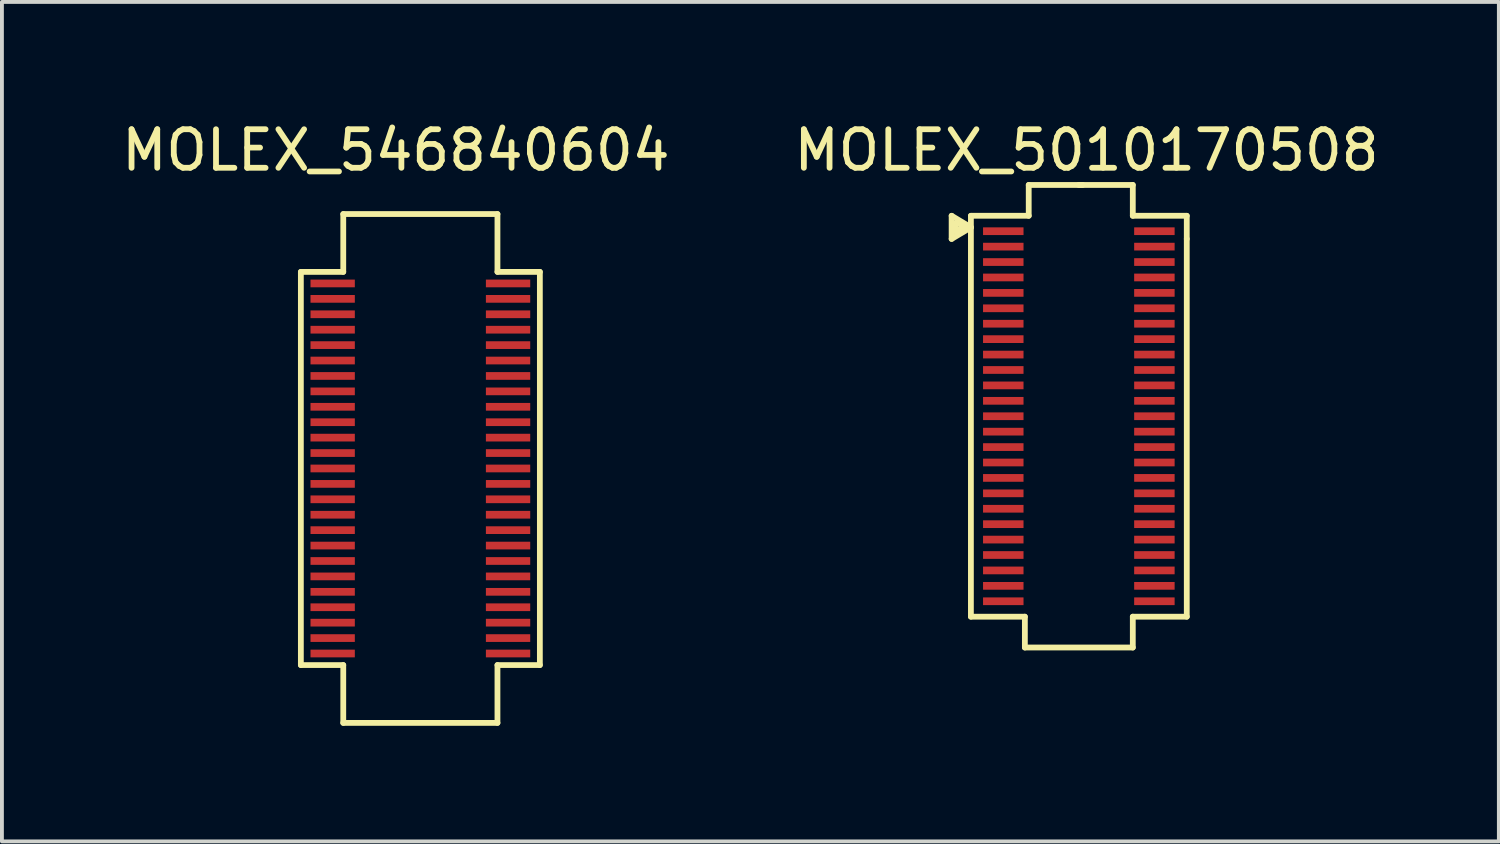
<source format=kicad_pcb>
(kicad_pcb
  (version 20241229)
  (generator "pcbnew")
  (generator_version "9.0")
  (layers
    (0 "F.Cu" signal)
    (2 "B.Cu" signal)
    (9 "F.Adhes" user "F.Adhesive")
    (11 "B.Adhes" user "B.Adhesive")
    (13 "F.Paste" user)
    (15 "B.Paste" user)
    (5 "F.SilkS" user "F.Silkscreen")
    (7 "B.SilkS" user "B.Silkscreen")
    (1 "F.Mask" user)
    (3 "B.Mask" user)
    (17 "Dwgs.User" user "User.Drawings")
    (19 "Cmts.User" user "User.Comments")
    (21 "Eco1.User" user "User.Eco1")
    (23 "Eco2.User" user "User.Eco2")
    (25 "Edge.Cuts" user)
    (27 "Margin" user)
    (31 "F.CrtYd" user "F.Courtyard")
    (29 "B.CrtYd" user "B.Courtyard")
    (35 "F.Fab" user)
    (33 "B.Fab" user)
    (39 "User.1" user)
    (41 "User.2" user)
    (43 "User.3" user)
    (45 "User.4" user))
  (footprint "MOLEX_5010170508"
    (layer "F.Cu")
    (at 24.937 7.748)
    (property "Reference" "MOLEX_5010170508" (at 0.2 -6.9 0) (layer "F.SilkS") (effects (font (size 1 1) (thickness 0.15))))
    (attr through_hole)
    (fp_line (start -3.3 -5.2) (end -3.3 -4.6) (stroke (width 0.15) (type solid)) (layer "F.SilkS"))
    (fp_line (start -3.3 -4.6) (end -2.8 -4.9) (stroke (width 0.15) (type solid)) (layer "F.SilkS"))
    (fp_line (start -3.2 -5) (end -3.2 -4.8) (stroke (width 0.15) (type solid)) (layer "F.SilkS"))
    (fp_line (start -3.2 -4.8) (end -3 -4.9) (stroke (width 0.15) (type solid)) (layer "F.SilkS"))
    (fp_line (start -3 -4.9) (end -3.1 -5) (stroke (width 0.15) (type solid)) (layer "F.SilkS"))
    (fp_line (start -2.8 -5.2) (end -1.3 -5.2) (stroke (width 0.15) (type solid)) (layer "F.SilkS"))
    (fp_line (start -2.8 -4.9) (end -3.3 -5.2) (stroke (width 0.15) (type solid)) (layer "F.SilkS"))
    (fp_line (start -2.8 5.2) (end -2.8 -5.2) (stroke (width 0.15) (type solid)) (layer "F.SilkS"))
    (fp_line (start -1.4 5.2) (end -2.8 5.2) (stroke (width 0.15) (type solid)) (layer "F.SilkS"))
    (fp_line (start -1.4 6) (end -1.4 5.2) (stroke (width 0.15) (type solid)) (layer "F.SilkS"))
    (fp_line (start -1.3 -6) (end 0.1 -6) (stroke (width 0.15) (type solid)) (layer "F.SilkS"))
    (fp_line (start -1.3 -5.2) (end -1.3 -6) (stroke (width 0.15) (type solid)) (layer "F.SilkS"))
    (fp_line (start 0 -6) (end 1.4 -6) (stroke (width 0.15) (type solid)) (layer "F.SilkS"))
    (fp_line (start 1.4 -6) (end 1.4 -5.2) (stroke (width 0.15) (type solid)) (layer "F.SilkS"))
    (fp_line (start 1.4 -5.2) (end 2.8 -5.2) (stroke (width 0.15) (type solid)) (layer "F.SilkS"))
    (fp_line (start 1.4 5.2) (end 1.4 6) (stroke (width 0.15) (type solid)) (layer "F.SilkS"))
    (fp_line (start 1.4 6) (end -1.4 6) (stroke (width 0.15) (type solid)) (layer "F.SilkS"))
    (fp_line (start 2.8 -5.2) (end 2.8 -4.6) (stroke (width 0.15) (type solid)) (layer "F.SilkS"))
    (fp_line (start 2.8 -4.6) (end 2.8 5.2) (stroke (width 0.15) (type solid)) (layer "F.SilkS"))
    (fp_line (start 2.8 5.2) (end 1.4 5.2) (stroke (width 0.15) (type solid)) (layer "F.SilkS"))
    (pad "1" smd rect (at -1.96 -4.8) (size 1.05 0.2) (layers "F.Cu" "F.Mask" "F.Paste"))
    (pad "2" smd rect (at 1.96 -4.8) (size 1.05 0.2) (layers "F.Cu" "F.Mask" "F.Paste"))
    (pad "3" smd rect (at -1.96 -4.4) (size 1.05 0.2) (layers "F.Cu" "F.Mask" "F.Paste"))
    (pad "4" smd rect (at 1.96 -4.4) (size 1.05 0.2) (layers "F.Cu" "F.Mask" "F.Paste"))
    (pad "5" smd rect (at -1.96 -4) (size 1.05 0.2) (layers "F.Cu" "F.Mask" "F.Paste"))
    (pad "6" smd rect (at 1.96 -4) (size 1.05 0.2) (layers "F.Cu" "F.Mask" "F.Paste"))
    (pad "7" smd rect (at -1.96 -3.6) (size 1.05 0.2) (layers "F.Cu" "F.Mask" "F.Paste"))
    (pad "8" smd rect (at 1.96 -3.6) (size 1.05 0.2) (layers "F.Cu" "F.Mask" "F.Paste"))
    (pad "9" smd rect (at -1.96 -3.2) (size 1.05 0.2) (layers "F.Cu" "F.Mask" "F.Paste"))
    (pad "10" smd rect (at 1.96 -3.2) (size 1.05 0.2) (layers "F.Cu" "F.Mask" "F.Paste"))
    (pad "11" smd rect (at -1.96 -2.8) (size 1.05 0.2) (layers "F.Cu" "F.Mask" "F.Paste"))
    (pad "12" smd rect (at 1.96 -2.8) (size 1.05 0.2) (layers "F.Cu" "F.Mask" "F.Paste"))
    (pad "13" smd rect (at -1.96 -2.4) (size 1.05 0.2) (layers "F.Cu" "F.Mask" "F.Paste"))
    (pad "14" smd rect (at 1.96 -2.4) (size 1.05 0.2) (layers "F.Cu" "F.Mask" "F.Paste"))
    (pad "15" smd rect (at -1.96 -2) (size 1.05 0.2) (layers "F.Cu" "F.Mask" "F.Paste"))
    (pad "16" smd rect (at 1.96 -2) (size 1.05 0.2) (layers "F.Cu" "F.Mask" "F.Paste"))
    (pad "17" smd rect (at -1.96 -1.6) (size 1.05 0.2) (layers "F.Cu" "F.Mask" "F.Paste"))
    (pad "18" smd rect (at 1.96 -1.6) (size 1.05 0.2) (layers "F.Cu" "F.Mask" "F.Paste"))
    (pad "19" smd rect (at -1.96 -1.2) (size 1.05 0.2) (layers "F.Cu" "F.Mask" "F.Paste"))
    (pad "20" smd rect (at 1.96 -1.2) (size 1.05 0.2) (layers "F.Cu" "F.Mask" "F.Paste"))
    (pad "21" smd rect (at -1.96 -0.8) (size 1.05 0.2) (layers "F.Cu" "F.Mask" "F.Paste"))
    (pad "22" smd rect (at 1.96 -0.8) (size 1.05 0.2) (layers "F.Cu" "F.Mask" "F.Paste"))
    (pad "23" smd rect (at -1.96 -0.4) (size 1.05 0.2) (layers "F.Cu" "F.Mask" "F.Paste"))
    (pad "24" smd rect (at 1.96 -0.4) (size 1.05 0.2) (layers "F.Cu" "F.Mask" "F.Paste"))
    (pad "25" smd rect (at -1.96 0) (size 1.05 0.2) (layers "F.Cu" "F.Mask" "F.Paste"))
    (pad "26" smd rect (at 1.96 0) (size 1.05 0.2) (layers "F.Cu" "F.Mask" "F.Paste"))
    (pad "27" smd rect (at -1.96 0.4) (size 1.05 0.2) (layers "F.Cu" "F.Mask" "F.Paste"))
    (pad "28" smd rect (at 1.96 0.4) (size 1.05 0.2) (layers "F.Cu" "F.Mask" "F.Paste"))
    (pad "29" smd rect (at -1.96 0.8) (size 1.05 0.2) (layers "F.Cu" "F.Mask" "F.Paste"))
    (pad "30" smd rect (at 1.96 0.8) (size 1.05 0.2) (layers "F.Cu" "F.Mask" "F.Paste"))
    (pad "31" smd rect (at -1.96 1.2) (size 1.05 0.2) (layers "F.Cu" "F.Mask" "F.Paste"))
    (pad "32" smd rect (at 1.96 1.2) (size 1.05 0.2) (layers "F.Cu" "F.Mask" "F.Paste"))
    (pad "33" smd rect (at -1.96 1.6) (size 1.05 0.2) (layers "F.Cu" "F.Mask" "F.Paste"))
    (pad "34" smd rect (at 1.96 1.6) (size 1.05 0.2) (layers "F.Cu" "F.Mask" "F.Paste"))
    (pad "35" smd rect (at -1.96 2) (size 1.05 0.2) (layers "F.Cu" "F.Mask" "F.Paste"))
    (pad "36" smd rect (at 1.96 2) (size 1.05 0.2) (layers "F.Cu" "F.Mask" "F.Paste"))
    (pad "37" smd rect (at -1.96 2.4) (size 1.05 0.2) (layers "F.Cu" "F.Mask" "F.Paste"))
    (pad "38" smd rect (at 1.96 2.4) (size 1.05 0.2) (layers "F.Cu" "F.Mask" "F.Paste"))
    (pad "39" smd rect (at -1.96 2.8) (size 1.05 0.2) (layers "F.Cu" "F.Mask" "F.Paste"))
    (pad "40" smd rect (at 1.96 2.8) (size 1.05 0.2) (layers "F.Cu" "F.Mask" "F.Paste"))
    (pad "41" smd rect (at -1.96 3.2) (size 1.05 0.2) (layers "F.Cu" "F.Mask" "F.Paste"))
    (pad "42" smd rect (at 1.96 3.2) (size 1.05 0.2) (layers "F.Cu" "F.Mask" "F.Paste"))
    (pad "43" smd rect (at -1.96 3.6) (size 1.05 0.2) (layers "F.Cu" "F.Mask" "F.Paste"))
    (pad "44" smd rect (at 1.96 3.6) (size 1.05 0.2) (layers "F.Cu" "F.Mask" "F.Paste"))
    (pad "45" smd rect (at -1.96 4) (size 1.05 0.2) (layers "F.Cu" "F.Mask" "F.Paste"))
    (pad "46" smd rect (at 1.96 4) (size 1.05 0.2) (layers "F.Cu" "F.Mask" "F.Paste"))
    (pad "47" smd rect (at -1.96 4.4) (size 1.05 0.2) (layers "F.Cu" "F.Mask" "F.Paste"))
    (pad "48" smd rect (at 1.96 4.4) (size 1.05 0.2) (layers "F.Cu" "F.Mask" "F.Paste"))
    (pad "49" smd rect (at -1.96 4.8) (size 1.05 0.2) (layers "F.Cu" "F.Mask" "F.Paste"))
    (pad "50" smd rect (at 1.96 4.8) (size 1.05 0.2) (layers "F.Cu" "F.Mask" "F.Paste")))
  (footprint "MOLEX_546840604"
    (layer "F.Cu")
    (at 7.855 9.103)
    (property "Reference" "MOLEX_546840604" (at -0.635 -8.255 0) (layer "F.SilkS") (effects (font (size 1 1) (thickness 0.15))))
    (attr through_hole)
    (fp_line (start -3.1 -5.1) (end -3.1 5.1) (stroke (width 0.15) (type solid)) (layer "F.SilkS"))
    (fp_line (start -3.1 5.1) (end -2 5.1) (stroke (width 0.15) (type solid)) (layer "F.SilkS"))
    (fp_line (start -2 -6.6) (end -2 -5.1) (stroke (width 0.15) (type solid)) (layer "F.SilkS"))
    (fp_line (start -2 -5.1) (end -3.1 -5.1) (stroke (width 0.15) (type solid)) (layer "F.SilkS"))
    (fp_line (start -2 5.1) (end -2 6.6) (stroke (width 0.15) (type solid)) (layer "F.SilkS"))
    (fp_line (start -2 6.6) (end 2 6.6) (stroke (width 0.15) (type solid)) (layer "F.SilkS"))
    (fp_line (start 2 -6.6) (end -2 -6.6) (stroke (width 0.15) (type solid)) (layer "F.SilkS"))
    (fp_line (start 2 -5.1) (end 2 -6.6) (stroke (width 0.15) (type solid)) (layer "F.SilkS"))
    (fp_line (start 2 5.1) (end 3.1 5.1) (stroke (width 0.15) (type solid)) (layer "F.SilkS"))
    (fp_line (start 2 6.6) (end 2 5.1) (stroke (width 0.15) (type solid)) (layer "F.SilkS"))
    (fp_line (start 3.1 -5.1) (end 2 -5.1) (stroke (width 0.15) (type solid)) (layer "F.SilkS"))
    (fp_line (start 3.1 5.1) (end 3.1 -5.1) (stroke (width 0.15) (type solid)) (layer "F.SilkS"))
    (pad "1" smd rect (at -2.275 -4.8) (size 1.15 0.2) (layers "F.Cu" "F.Mask" "F.Paste"))
    (pad "2" smd rect (at -2.275 -4.4) (size 1.15 0.2) (layers "F.Cu" "F.Mask" "F.Paste"))
    (pad "3" smd rect (at -2.275 -4) (size 1.15 0.2) (layers "F.Cu" "F.Mask" "F.Paste"))
    (pad "4" smd rect (at -2.275 -3.6) (size 1.15 0.2) (layers "F.Cu" "F.Mask" "F.Paste"))
    (pad "5" smd rect (at -2.275 -3.2) (size 1.15 0.2) (layers "F.Cu" "F.Mask" "F.Paste"))
    (pad "6" smd rect (at -2.275 -2.8) (size 1.15 0.2) (layers "F.Cu" "F.Mask" "F.Paste"))
    (pad "7" smd rect (at -2.275 -2.4) (size 1.15 0.2) (layers "F.Cu" "F.Mask" "F.Paste"))
    (pad "8" smd rect (at -2.275 -2) (size 1.15 0.2) (layers "F.Cu" "F.Mask" "F.Paste"))
    (pad "9" smd rect (at -2.275 -1.6) (size 1.15 0.2) (layers "F.Cu" "F.Mask" "F.Paste"))
    (pad "10" smd rect (at -2.275 -1.2) (size 1.15 0.2) (layers "F.Cu" "F.Mask" "F.Paste"))
    (pad "11" smd rect (at -2.275 -0.8) (size 1.15 0.2) (layers "F.Cu" "F.Mask" "F.Paste"))
    (pad "12" smd rect (at -2.275 -0.4) (size 1.15 0.2) (layers "F.Cu" "F.Mask" "F.Paste"))
    (pad "13" smd rect (at -2.275 0) (size 1.15 0.2) (layers "F.Cu" "F.Mask" "F.Paste"))
    (pad "14" smd rect (at -2.275 0.4) (size 1.15 0.2) (layers "F.Cu" "F.Mask" "F.Paste"))
    (pad "15" smd rect (at -2.275 0.8) (size 1.15 0.2) (layers "F.Cu" "F.Mask" "F.Paste"))
    (pad "16" smd rect (at -2.275 1.2) (size 1.15 0.2) (layers "F.Cu" "F.Mask" "F.Paste"))
    (pad "17" smd rect (at -2.275 1.6) (size 1.15 0.2) (layers "F.Cu" "F.Mask" "F.Paste"))
    (pad "18" smd rect (at -2.275 2) (size 1.15 0.2) (layers "F.Cu" "F.Mask" "F.Paste"))
    (pad "19" smd rect (at -2.275 2.4) (size 1.15 0.2) (layers "F.Cu" "F.Mask" "F.Paste"))
    (pad "20" smd rect (at -2.275 2.8) (size 1.15 0.2) (layers "F.Cu" "F.Mask" "F.Paste"))
    (pad "21" smd rect (at -2.275 3.2) (size 1.15 0.2) (layers "F.Cu" "F.Mask" "F.Paste"))
    (pad "22" smd rect (at -2.275 3.6) (size 1.15 0.2) (layers "F.Cu" "F.Mask" "F.Paste"))
    (pad "23" smd rect (at -2.275 4) (size 1.15 0.2) (layers "F.Cu" "F.Mask" "F.Paste"))
    (pad "24" smd rect (at -2.275 4.4) (size 1.15 0.2) (layers "F.Cu" "F.Mask" "F.Paste"))
    (pad "25" smd rect (at -2.275 4.8) (size 1.15 0.2) (layers "F.Cu" "F.Mask" "F.Paste"))
    (pad "26" smd rect (at 2.275 4.8) (size 1.15 0.2) (layers "F.Cu" "F.Mask" "F.Paste"))
    (pad "27" smd rect (at 2.275 4.4) (size 1.15 0.2) (layers "F.Cu" "F.Mask" "F.Paste"))
    (pad "28" smd rect (at 2.275 4) (size 1.15 0.2) (layers "F.Cu" "F.Mask" "F.Paste"))
    (pad "29" smd rect (at 2.275 3.6) (size 1.15 0.2) (layers "F.Cu" "F.Mask" "F.Paste"))
    (pad "30" smd rect (at 2.275 3.2) (size 1.15 0.2) (layers "F.Cu" "F.Mask" "F.Paste"))
    (pad "31" smd rect (at 2.275 2.8) (size 1.15 0.2) (layers "F.Cu" "F.Mask" "F.Paste"))
    (pad "32" smd rect (at 2.275 2.4) (size 1.15 0.2) (layers "F.Cu" "F.Mask" "F.Paste"))
    (pad "33" smd rect (at 2.275 2) (size 1.15 0.2) (layers "F.Cu" "F.Mask" "F.Paste"))
    (pad "34" smd rect (at 2.275 1.6) (size 1.15 0.2) (layers "F.Cu" "F.Mask" "F.Paste"))
    (pad "35" smd rect (at 2.275 1.2) (size 1.15 0.2) (layers "F.Cu" "F.Mask" "F.Paste"))
    (pad "36" smd rect (at 2.275 0.8) (size 1.15 0.2) (layers "F.Cu" "F.Mask" "F.Paste"))
    (pad "37" smd rect (at 2.275 0.4) (size 1.15 0.2) (layers "F.Cu" "F.Mask" "F.Paste"))
    (pad "38" smd rect (at 2.275 0) (size 1.15 0.2) (layers "F.Cu" "F.Mask" "F.Paste"))
    (pad "39" smd rect (at 2.275 -0.4) (size 1.15 0.2) (layers "F.Cu" "F.Mask" "F.Paste"))
    (pad "40" smd rect (at 2.275 -0.8) (size 1.15 0.2) (layers "F.Cu" "F.Mask" "F.Paste"))
    (pad "41" smd rect (at 2.275 -1.2) (size 1.15 0.2) (layers "F.Cu" "F.Mask" "F.Paste"))
    (pad "42" smd rect (at 2.275 -1.6) (size 1.15 0.2) (layers "F.Cu" "F.Mask" "F.Paste"))
    (pad "43" smd rect (at 2.275 -2) (size 1.15 0.2) (layers "F.Cu" "F.Mask" "F.Paste"))
    (pad "44" smd rect (at 2.275 -2.4) (size 1.15 0.2) (layers "F.Cu" "F.Mask" "F.Paste"))
    (pad "45" smd rect (at 2.275 -2.8) (size 1.15 0.2) (layers "F.Cu" "F.Mask" "F.Paste"))
    (pad "46" smd rect (at 2.275 -3.2) (size 1.15 0.2) (layers "F.Cu" "F.Mask" "F.Paste"))
    (pad "47" smd rect (at 2.275 -3.6) (size 1.15 0.2) (layers "F.Cu" "F.Mask" "F.Paste"))
    (pad "48" smd rect (at 2.275 -4) (size 1.15 0.2) (layers "F.Cu" "F.Mask" "F.Paste"))
    (pad "49" smd rect (at 2.275 -4.4) (size 1.15 0.2) (layers "F.Cu" "F.Mask" "F.Paste"))
    (pad "50" smd rect (at 2.275 -4.8) (size 1.15 0.2) (layers "F.Cu" "F.Mask" "F.Paste")))
  (gr_rect
    (start -3 -3)
    (end 35.833 18.778)
    (stroke (width 0.1) (type default))
    (fill no)
    (layer "Edge.Cuts")))
</source>
